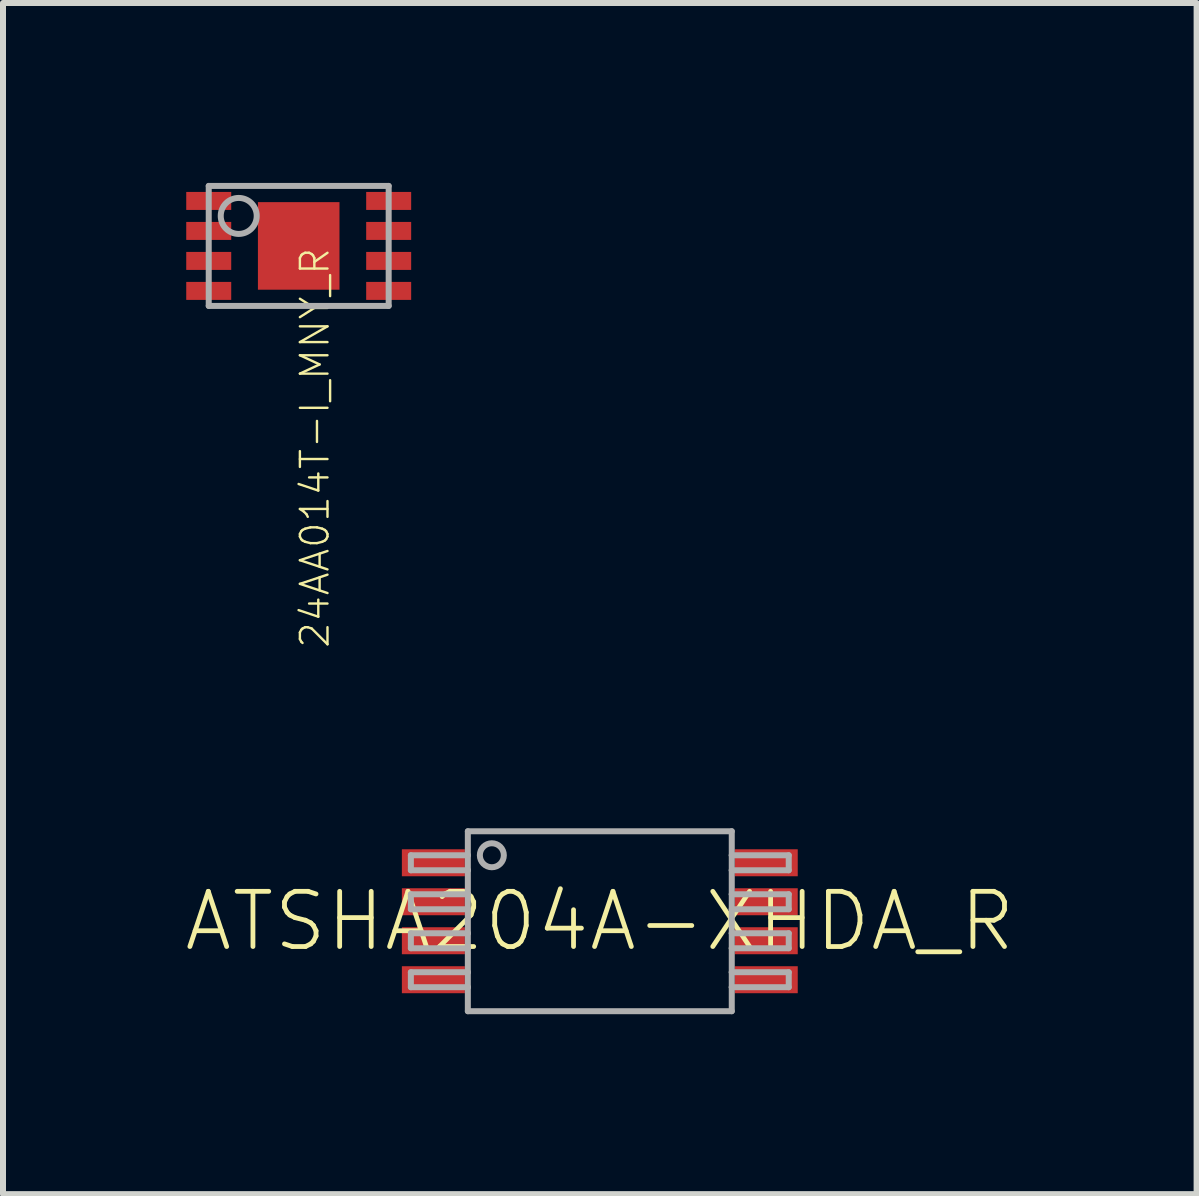
<source format=kicad_pcb>
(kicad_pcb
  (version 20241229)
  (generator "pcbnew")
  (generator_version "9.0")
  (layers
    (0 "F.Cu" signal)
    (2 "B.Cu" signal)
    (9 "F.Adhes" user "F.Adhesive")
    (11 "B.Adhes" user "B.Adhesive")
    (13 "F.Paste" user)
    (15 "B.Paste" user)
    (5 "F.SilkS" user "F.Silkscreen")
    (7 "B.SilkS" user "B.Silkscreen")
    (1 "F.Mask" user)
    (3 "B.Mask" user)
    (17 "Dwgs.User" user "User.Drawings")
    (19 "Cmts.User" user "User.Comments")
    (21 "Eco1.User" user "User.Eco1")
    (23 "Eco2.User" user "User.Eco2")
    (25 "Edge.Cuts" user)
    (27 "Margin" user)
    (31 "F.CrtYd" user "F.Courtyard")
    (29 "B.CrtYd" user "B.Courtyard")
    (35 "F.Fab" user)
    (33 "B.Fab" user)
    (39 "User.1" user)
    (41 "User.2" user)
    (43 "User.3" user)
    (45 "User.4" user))
  (footprint "ATSHA204A-XHDA_R"
    (layer "F.Cu")
    (at 6.95 12.309)
    (property "Reference" "ATSHA204A-XHDA_R" (at 0 0 0) (unlocked yes) (layer "F.SilkS") (effects (font (size 0.92 0.92) (thickness 0.08))))
    (fp_line (start -3.15 -1.1) (end -3.15 -0.85) (stroke (width 0.1) (type solid)) (layer "F.Fab"))
    (fp_line (start -3.15 -0.85) (end -2.2 -0.85) (stroke (width 0.1) (type solid)) (layer "F.Fab"))
    (fp_line (start -3.15 -0.45) (end -3.15 -0.2) (stroke (width 0.1) (type solid)) (layer "F.Fab"))
    (fp_line (start -3.15 0.2) (end -3.15 0.45) (stroke (width 0.1) (type solid)) (layer "F.Fab"))
    (fp_line (start -3.15 0.85) (end -3.15 1.1) (stroke (width 0.1) (type solid)) (layer "F.Fab"))
    (fp_line (start -2.2 -1.5) (end -2.2 -1.1) (stroke (width 0.1) (type solid)) (layer "F.Fab"))
    (fp_line (start -2.2 -1.5) (end 2.2 -1.5) (stroke (width 0.1) (type solid)) (layer "F.Fab"))
    (fp_line (start -2.2 -1.1) (end -3.15 -1.1) (stroke (width 0.1) (type solid)) (layer "F.Fab"))
    (fp_line (start -2.2 -1.1) (end -2.2 -0.85) (stroke (width 0.1) (type solid)) (layer "F.Fab"))
    (fp_line (start -2.2 -0.85) (end -2.2 -0.45) (stroke (width 0.1) (type solid)) (layer "F.Fab"))
    (fp_line (start -2.2 -0.45) (end -3.15 -0.45) (stroke (width 0.1) (type solid)) (layer "F.Fab"))
    (fp_line (start -2.2 -0.45) (end -2.2 -0.2) (stroke (width 0.1) (type solid)) (layer "F.Fab"))
    (fp_line (start -2.2 -0.2) (end -3.15 -0.2) (stroke (width 0.1) (type solid)) (layer "F.Fab"))
    (fp_line (start -2.2 -0.2) (end -2.2 0.2) (stroke (width 0.1) (type solid)) (layer "F.Fab"))
    (fp_line (start -2.2 0.2) (end -3.15 0.2) (stroke (width 0.1) (type solid)) (layer "F.Fab"))
    (fp_line (start -2.2 0.2) (end -2.2 0.45) (stroke (width 0.1) (type solid)) (layer "F.Fab"))
    (fp_line (start -2.2 0.45) (end -3.15 0.45) (stroke (width 0.1) (type solid)) (layer "F.Fab"))
    (fp_line (start -2.2 0.45) (end -2.2 0.85) (stroke (width 0.1) (type solid)) (layer "F.Fab"))
    (fp_line (start -2.2 0.85) (end -3.15 0.85) (stroke (width 0.1) (type solid)) (layer "F.Fab"))
    (fp_line (start -2.2 0.85) (end -2.2 1.1) (stroke (width 0.1) (type solid)) (layer "F.Fab"))
    (fp_line (start -2.2 1.1) (end -3.15 1.1) (stroke (width 0.1) (type solid)) (layer "F.Fab"))
    (fp_line (start -2.2 1.1) (end -2.2 1.5) (stroke (width 0.1) (type solid)) (layer "F.Fab"))
    (fp_line (start 2.2 -1.5) (end 2.2 -1.1) (stroke (width 0.1) (type solid)) (layer "F.Fab"))
    (fp_line (start 2.2 -1.1) (end 2.2 -0.85) (stroke (width 0.1) (type solid)) (layer "F.Fab"))
    (fp_line (start 2.2 -0.85) (end 2.2 -0.45) (stroke (width 0.1) (type solid)) (layer "F.Fab"))
    (fp_line (start 2.2 -0.45) (end 2.2 -0.2) (stroke (width 0.1) (type solid)) (layer "F.Fab"))
    (fp_line (start 2.2 -0.2) (end 2.2 0.2) (stroke (width 0.1) (type solid)) (layer "F.Fab"))
    (fp_line (start 2.2 0.2) (end 2.2 0.45) (stroke (width 0.1) (type solid)) (layer "F.Fab"))
    (fp_line (start 2.2 0.45) (end 2.2 0.85) (stroke (width 0.1) (type solid)) (layer "F.Fab"))
    (fp_line (start 2.2 0.85) (end 2.2 1.1) (stroke (width 0.1) (type solid)) (layer "F.Fab"))
    (fp_line (start 2.2 1.1) (end 2.2 1.5) (stroke (width 0.1) (type solid)) (layer "F.Fab"))
    (fp_line (start 2.2 1.5) (end -2.2 1.5) (stroke (width 0.1) (type solid)) (layer "F.Fab"))
    (fp_line (start 3.15 -1.1) (end 2.2 -1.1) (stroke (width 0.1) (type solid)) (layer "F.Fab"))
    (fp_line (start 3.15 -1.1) (end 3.15 -0.85) (stroke (width 0.1) (type solid)) (layer "F.Fab"))
    (fp_line (start 3.15 -0.85) (end 2.2 -0.85) (stroke (width 0.1) (type solid)) (layer "F.Fab"))
    (fp_line (start 3.15 -0.45) (end 2.2 -0.45) (stroke (width 0.1) (type solid)) (layer "F.Fab"))
    (fp_line (start 3.15 -0.45) (end 3.15 -0.2) (stroke (width 0.1) (type solid)) (layer "F.Fab"))
    (fp_line (start 3.15 -0.2) (end 2.2 -0.2) (stroke (width 0.1) (type solid)) (layer "F.Fab"))
    (fp_line (start 3.15 0.2) (end 2.2 0.2) (stroke (width 0.1) (type solid)) (layer "F.Fab"))
    (fp_line (start 3.15 0.2) (end 3.15 0.45) (stroke (width 0.1) (type solid)) (layer "F.Fab"))
    (fp_line (start 3.15 0.45) (end 2.2 0.45) (stroke (width 0.1) (type solid)) (layer "F.Fab"))
    (fp_line (start 3.15 0.85) (end 2.2 0.85) (stroke (width 0.1) (type solid)) (layer "F.Fab"))
    (fp_line (start 3.15 0.85) (end 3.15 1.1) (stroke (width 0.1) (type solid)) (layer "F.Fab"))
    (fp_line (start 3.15 1.1) (end 2.2 1.1) (stroke (width 0.1) (type solid)) (layer "F.Fab"))
    (fp_circle (center -1.8 -1.1) (end -1.6 -1.1) (stroke (width 0.1) (type solid)) (fill no) (layer "F.Fab"))
    (pad "1" smd rect (at -2.775 -0.975) (size 1.05 0.45) (layers "F.Cu" "F.Mask" "F.Paste"))
    (pad "2" smd rect (at -2.775 -0.325) (size 1.05 0.45) (layers "F.Cu" "F.Mask" "F.Paste"))
    (pad "3" smd rect (at -2.775 0.325) (size 1.05 0.45) (layers "F.Cu" "F.Mask" "F.Paste"))
    (pad "4" smd rect (at -2.775 0.975) (size 1.05 0.45) (layers "F.Cu" "F.Mask" "F.Paste"))
    (pad "5" smd rect (at 2.775 0.975) (size 1.05 0.45) (layers "F.Cu" "F.Mask" "F.Paste"))
    (pad "6" smd rect (at 2.775 0.325) (size 1.05 0.45) (layers "F.Cu" "F.Mask" "F.Paste"))
    (pad "7" smd rect (at 2.775 -0.325) (size 1.05 0.45) (layers "F.Cu" "F.Mask" "F.Paste"))
    (pad "8" smd rect (at 2.775 -0.975) (size 1.05 0.45) (layers "F.Cu" "F.Mask" "F.Paste")))
  (footprint "24AA014T-I_MNY_R"
    (layer "F.Cu")
    (at 1.93 1.05)
    (property "Reference" "24AA014T-I_MNY_R" (at 0 0 90) (unlocked yes) (layer "F.SilkS") (effects (font (size 0.46 0.46) (thickness 0.04)) (justify right top)))
    (fp_poly (pts (xy -1.93 -0.95) (xy -1.93 -0.55) (xy -1.07 -0.55) (xy -1.07 -0.95)) (stroke (width 0) (type default)) (fill yes) (layer "F.Mask"))
    (fp_poly (pts (xy -1.93 -0.95) (xy -1.93 -0.55) (xy -1.07 -0.55) (xy -1.07 -0.95)) (stroke (width 0) (type default)) (fill yes) (layer "F.Mask"))
    (fp_poly (pts (xy -1.93 -0.45) (xy -1.93 -0.05) (xy -1.07 -0.05) (xy -1.07 -0.45)) (stroke (width 0) (type default)) (fill yes) (layer "F.Mask"))
    (fp_poly (pts (xy -1.93 0.05) (xy -1.93 0.45) (xy -1.07 0.45) (xy -1.07 0.05)) (stroke (width 0) (type default)) (fill yes) (layer "F.Mask"))
    (fp_poly (pts (xy -1.93 0.55) (xy -1.93 0.95) (xy -1.07 0.95) (xy -1.07 0.55)) (stroke (width 0) (type default)) (fill yes) (layer "F.Mask"))
    (fp_poly (pts (xy 1.07 -0.95) (xy 1.07 -0.55) (xy 1.93 -0.55) (xy 1.93 -0.95)) (stroke (width 0) (type default)) (fill yes) (layer "F.Mask"))
    (fp_poly (pts (xy 1.07 -0.95) (xy 1.07 -0.55) (xy 1.93 -0.55) (xy 1.93 -0.95)) (stroke (width 0) (type default)) (fill yes) (layer "F.Mask"))
    (fp_poly (pts (xy 1.07 -0.45) (xy 1.07 -0.05) (xy 1.93 -0.05) (xy 1.93 -0.45)) (stroke (width 0) (type default)) (fill yes) (layer "F.Mask"))
    (fp_poly (pts (xy 1.07 0.05) (xy 1.07 0.45) (xy 1.93 0.45) (xy 1.93 0.05)) (stroke (width 0) (type default)) (fill yes) (layer "F.Mask"))
    (fp_poly (pts (xy 1.07 0.55) (xy 1.07 0.95) (xy 1.93 0.95) (xy 1.93 0.55)) (stroke (width 0) (type default)) (fill yes) (layer "F.Mask"))
    (fp_poly (pts (xy -1.125 -0.6) (xy -1.875 -0.6) (xy -1.875 -0.9) (xy -1.125 -0.9)) (stroke (width 0) (type default)) (fill yes) (layer "F.Paste"))
    (fp_poly (pts (xy -1.125 -0.1) (xy -1.875 -0.1) (xy -1.875 -0.4) (xy -1.125 -0.4)) (stroke (width 0) (type default)) (fill yes) (layer "F.Paste"))
    (fp_poly (pts (xy -1.125 0.4) (xy -1.875 0.4) (xy -1.875 0.1) (xy -1.125 0.1)) (stroke (width 0) (type default)) (fill yes) (layer "F.Paste"))
    (fp_poly (pts (xy -1.125 0.9) (xy -1.875 0.9) (xy -1.875 0.6) (xy -1.125 0.6)) (stroke (width 0) (type default)) (fill yes) (layer "F.Paste"))
    (fp_poly (pts (xy -0.1 -0.1) (xy -0.6 -0.1) (xy -0.6 -0.65) (xy -0.1 -0.65)) (stroke (width 0) (type default)) (fill yes) (layer "F.Paste"))
    (fp_poly (pts (xy -0.1 0.65) (xy -0.6 0.65) (xy -0.6 0.1) (xy -0.1 0.1)) (stroke (width 0) (type default)) (fill yes) (layer "F.Paste"))
    (fp_poly (pts (xy 0.6 -0.1) (xy 0.1 -0.1) (xy 0.1 -0.65) (xy 0.6 -0.65)) (stroke (width 0) (type default)) (fill yes) (layer "F.Paste"))
    (fp_poly (pts (xy 0.6 0.65) (xy 0.1 0.65) (xy 0.1 0.1) (xy 0.6 0.1)) (stroke (width 0) (type default)) (fill yes) (layer "F.Paste"))
    (fp_poly (pts (xy 1.875 -0.6) (xy 1.125 -0.6) (xy 1.125 -0.9) (xy 1.875 -0.9)) (stroke (width 0) (type default)) (fill yes) (layer "F.Paste"))
    (fp_poly (pts (xy 1.875 -0.1) (xy 1.125 -0.1) (xy 1.125 -0.4) (xy 1.875 -0.4)) (stroke (width 0) (type default)) (fill yes) (layer "F.Paste"))
    (fp_poly (pts (xy 1.875 0.4) (xy 1.125 0.4) (xy 1.125 0.1) (xy 1.875 0.1)) (stroke (width 0) (type default)) (fill yes) (layer "F.Paste"))
    (fp_poly (pts (xy 1.875 0.9) (xy 1.125 0.9) (xy 1.125 0.6) (xy 1.875 0.6)) (stroke (width 0) (type default)) (fill yes) (layer "F.Paste"))
    (fp_line (start -1.5 -1) (end -1.5 1) (stroke (width 0.1) (type solid)) (layer "F.Fab"))
    (fp_line (start -1.5 1) (end 1.5 1) (stroke (width 0.1) (type solid)) (layer "F.Fab"))
    (fp_line (start 1.5 -1) (end -1.5 -1) (stroke (width 0.1) (type solid)) (layer "F.Fab"))
    (fp_line (start 1.5 1) (end 1.5 -1) (stroke (width 0.1) (type solid)) (layer "F.Fab"))
    (fp_circle (center -1 -0.5) (end -0.7 -0.5) (stroke (width 0.1) (type solid)) (fill no) (layer "F.Fab"))
    (pad "0" smd rect (at 0 0 270) (size 1.46 1.36) (layers "F.Cu" "F.Mask"))
    (pad "1" smd rect (at -1.5 -0.75 270) (size 0.3 0.75) (layers "F.Cu"))
    (pad "2" smd rect (at -1.5 -0.25 270) (size 0.3 0.75) (layers "F.Cu"))
    (pad "3" smd rect (at -1.5 0.25 270) (size 0.3 0.75) (layers "F.Cu"))
    (pad "4" smd rect (at -1.5 0.75 270) (size 0.3 0.75) (layers "F.Cu"))
    (pad "5" smd rect (at 1.5 0.75 270) (size 0.3 0.75) (layers "F.Cu"))
    (pad "6" smd rect (at 1.5 0.25 270) (size 0.3 0.75) (layers "F.Cu"))
    (pad "7" smd rect (at 1.5 -0.25 270) (size 0.3 0.75) (layers "F.Cu"))
    (pad "8" smd rect (at 1.5 -0.75 270) (size 0.3 0.75) (layers "F.Cu")))
  (gr_rect
    (start -3 -3)
    (end 16.9 16.859)
    (stroke (width 0.1) (type default))
    (fill no)
    (layer "Edge.Cuts")))
</source>
